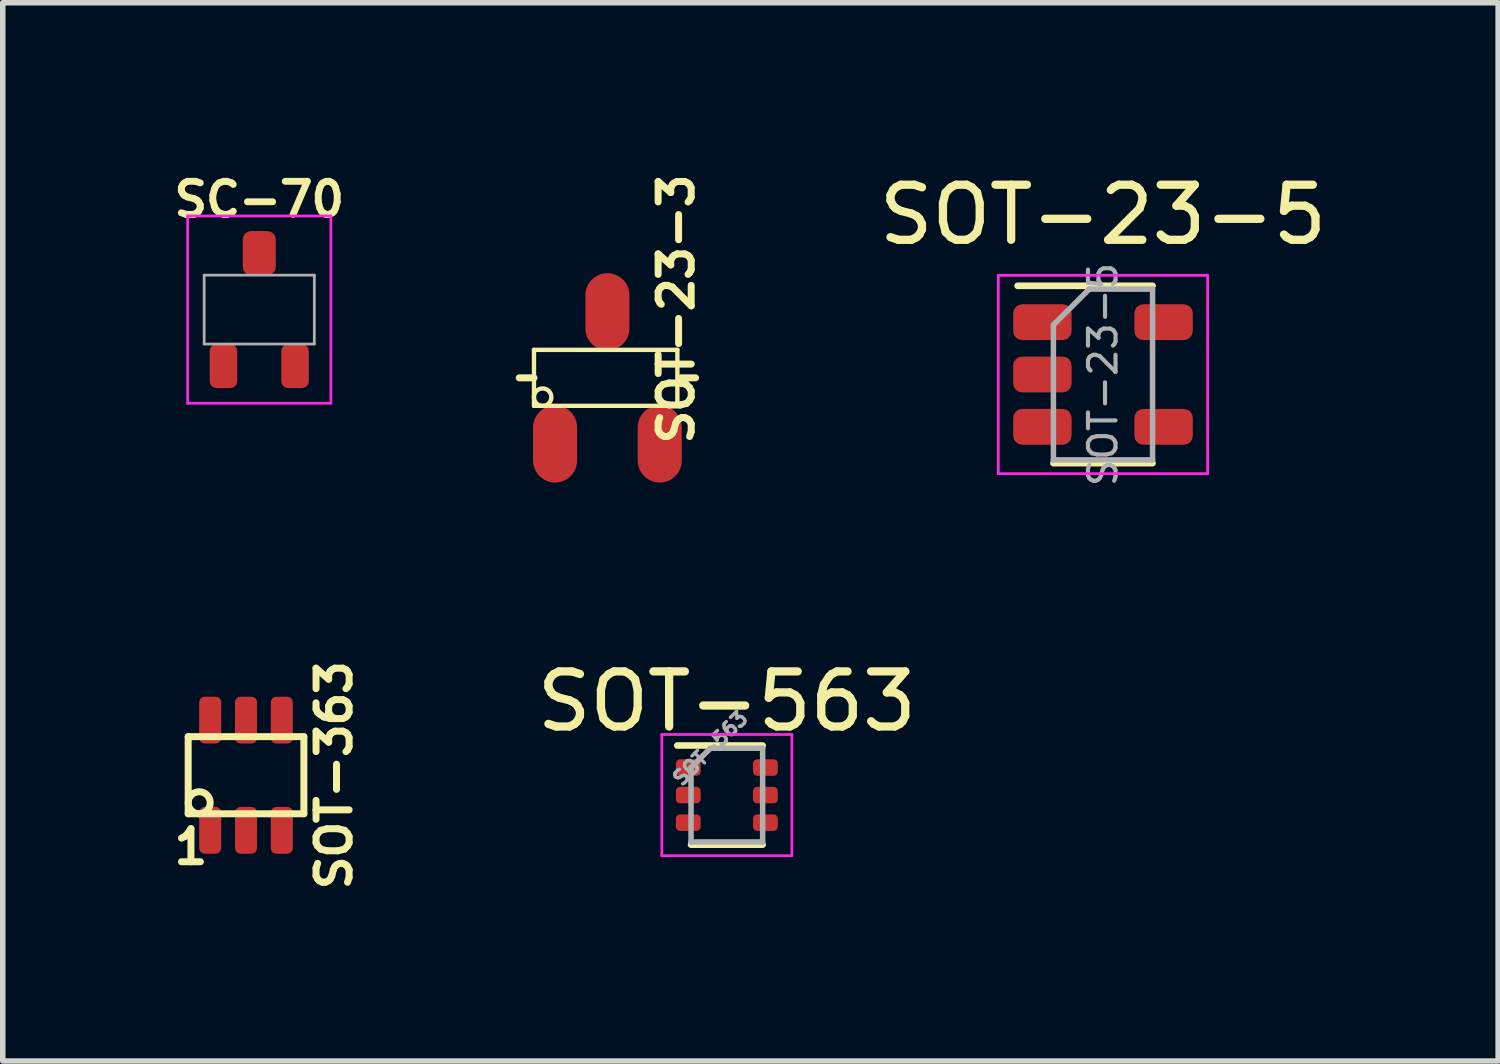
<source format=kicad_pcb>
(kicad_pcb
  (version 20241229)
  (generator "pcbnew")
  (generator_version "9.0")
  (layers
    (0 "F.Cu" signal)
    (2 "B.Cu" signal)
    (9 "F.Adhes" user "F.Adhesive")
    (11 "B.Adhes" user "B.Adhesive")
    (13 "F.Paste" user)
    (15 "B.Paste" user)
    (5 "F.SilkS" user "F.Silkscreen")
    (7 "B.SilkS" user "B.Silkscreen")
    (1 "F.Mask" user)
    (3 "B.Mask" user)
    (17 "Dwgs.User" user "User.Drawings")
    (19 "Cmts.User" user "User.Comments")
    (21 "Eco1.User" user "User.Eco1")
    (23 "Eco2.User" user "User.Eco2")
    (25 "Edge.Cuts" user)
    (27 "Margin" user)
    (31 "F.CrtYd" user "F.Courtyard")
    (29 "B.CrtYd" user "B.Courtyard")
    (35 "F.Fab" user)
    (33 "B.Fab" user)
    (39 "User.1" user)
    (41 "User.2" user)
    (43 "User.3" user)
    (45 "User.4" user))
  (footprint "SOT-23-5"
    (layer "F.Cu")
    (at 16.972 3.748)
    (property "Reference" "SOT-23-5" (at 0 -2.9 0) (layer "F.SilkS") (effects (font (size 1 1) (thickness 0.15))))
    (attr smd)
    (fp_line (start -0.9 1.61) (end 0.9 1.61) (stroke (width 0.12) (type solid)) (layer "F.SilkS"))
    (fp_line (start 0.9 -1.61) (end -1.55 -1.61) (stroke (width 0.12) (type solid)) (layer "F.SilkS"))
    (fp_line (start -1.9 -1.8) (end 1.9 -1.8) (stroke (width 0.05) (type solid)) (layer "F.CrtYd"))
    (fp_line (start -1.9 1.8) (end -1.9 -1.8) (stroke (width 0.05) (type solid)) (layer "F.CrtYd"))
    (fp_line (start 1.9 -1.8) (end 1.9 1.8) (stroke (width 0.05) (type solid)) (layer "F.CrtYd"))
    (fp_line (start 1.9 1.8) (end -1.9 1.8) (stroke (width 0.05) (type solid)) (layer "F.CrtYd"))
    (fp_line (start -0.9 -0.9) (end -0.9 1.55) (stroke (width 0.1) (type solid)) (layer "F.Fab"))
    (fp_line (start -0.9 -0.9) (end -0.25 -1.55) (stroke (width 0.1) (type solid)) (layer "F.Fab"))
    (fp_line (start 0.9 -1.55) (end -0.25 -1.55) (stroke (width 0.1) (type solid)) (layer "F.Fab"))
    (fp_line (start 0.9 -1.55) (end 0.9 1.55) (stroke (width 0.1) (type solid)) (layer "F.Fab"))
    (fp_line (start 0.9 1.55) (end -0.9 1.55) (stroke (width 0.1) (type solid)) (layer "F.Fab"))
    (fp_text user "${REFERENCE}" (at 0 0 90) (layer "F.Fab") (effects (font (size 0.5 0.5) (thickness 0.075))))
    (pad "1" smd roundrect (at -1.1 -0.95) (size 1.06 0.65) (layers "F.Cu" "F.Mask" "F.Paste") (roundrect_rratio 0.25))
    (pad "2" smd roundrect (at -1.1 0) (size 1.06 0.65) (layers "F.Cu" "F.Mask" "F.Paste") (roundrect_rratio 0.25))
    (pad "3" smd roundrect (at -1.1 0.95) (size 1.06 0.65) (layers "F.Cu" "F.Mask" "F.Paste") (roundrect_rratio 0.25))
    (pad "4" smd roundrect (at 1.1 0.95) (size 1.06 0.65) (layers "F.Cu" "F.Mask" "F.Paste") (roundrect_rratio 0.25))
    (pad "5" smd roundrect (at 1.1 -0.95) (size 1.06 0.65) (layers "F.Cu" "F.Mask" "F.Paste") (roundrect_rratio 0.25)))
  (footprint "SOT-23-3"
    (layer "F.Cu")
    (at 7.976 3.809)
    (property "Reference" "SOT-23-3" (at 1.25 -1.25 90) (layer "F.SilkS") (effects (font (size 0.6 0.6) (thickness 0.127))))
    (attr smd)
    (fp_line (start -1.333 -0.508) (end -1.333 0.508) (stroke (width 0.079) (type solid)) (layer "F.SilkS"))
    (fp_line (start -1.333 -0.508) (end 1.27 -0.508) (stroke (width 0.079) (type solid)) (layer "F.SilkS"))
    (fp_line (start -1.333 0) (end -1.6 0) (stroke (width 0.127) (type solid)) (layer "F.SilkS"))
    (fp_line (start 1.27 -0.508) (end 1.27 0.508) (stroke (width 0.079) (type solid)) (layer "F.SilkS"))
    (fp_line (start 1.27 0.508) (end -1.333 0.508) (stroke (width 0.079) (type solid)) (layer "F.SilkS"))
    (fp_line (start 1.333 0) (end 1.6 0) (stroke (width 0.127) (type solid)) (layer "F.SilkS"))
    (fp_circle (center -1.176 0.351) (end -1.3 0.45) (stroke (width 0.079) (type solid)) (fill no) (layer "F.SilkS"))
    (pad "1" smd oval (at -0.95 1.2) (size 0.8 1.4) (layers "F.Cu" "F.Mask" "F.Paste"))
    (pad "2" smd oval (at 0.95 1.2) (size 0.8 1.4) (layers "F.Cu" "F.Mask" "F.Paste"))
    (pad "3" smd oval (at 0 -1.2) (size 0.8 1.4) (layers "F.Cu" "F.Mask" "F.Paste")))
  (footprint "SOT-563"
    (layer "F.Cu")
    (at 10.144 11.383)
    (property "Reference" "SOT-563" (at 0 -1.7 0) (layer "F.SilkS") (effects (font (size 1 1) (thickness 0.15))))
    (attr smd)
    (fp_line (start -0.9 -0.9) (end 0.65 -0.9) (stroke (width 0.12) (type solid)) (layer "F.SilkS"))
    (fp_line (start 0.65 0.9) (end -0.65 0.9) (stroke (width 0.12) (type solid)) (layer "F.SilkS"))
    (fp_line (start -1.18 -1.1) (end -1.18 1.1) (stroke (width 0.05) (type solid)) (layer "F.CrtYd"))
    (fp_line (start -1.18 -1.1) (end 1.18 -1.1) (stroke (width 0.05) (type solid)) (layer "F.CrtYd"))
    (fp_line (start 1.18 1.1) (end -1.18 1.1) (stroke (width 0.05) (type solid)) (layer "F.CrtYd"))
    (fp_line (start 1.18 1.1) (end 1.18 -1.1) (stroke (width 0.05) (type solid)) (layer "F.CrtYd"))
    (fp_line (start -0.65 -0.5) (end -0.65 0.85) (stroke (width 0.1) (type solid)) (layer "F.Fab"))
    (fp_line (start -0.65 -0.5) (end -0.3 -0.85) (stroke (width 0.1) (type solid)) (layer "F.Fab"))
    (fp_line (start -0.65 0.85) (end 0.65 0.85) (stroke (width 0.1) (type solid)) (layer "F.Fab"))
    (fp_line (start 0.65 -0.85) (end -0.3 -0.85) (stroke (width 0.1) (type solid)) (layer "F.Fab"))
    (fp_line (start 0.65 0.85) (end 0.65 -0.85) (stroke (width 0.1) (type solid)) (layer "F.Fab"))
    (fp_text user "${REFERENCE}" (at -0.3 -0.85 45) (layer "F.Fab") (effects (font (size 0.25 0.25) (thickness 0.062))))
    (pad "1" smd roundrect (at -0.7 -0.5) (size 0.45 0.3) (layers "F.Cu" "F.Mask" "F.Paste") (roundrect_rratio 0.25))
    (pad "2" smd roundrect (at -0.7 0) (size 0.45 0.3) (layers "F.Cu" "F.Mask" "F.Paste") (roundrect_rratio 0.25))
    (pad "3" smd roundrect (at -0.7 0.5) (size 0.45 0.3) (layers "F.Cu" "F.Mask" "F.Paste") (roundrect_rratio 0.25))
    (pad "4" smd roundrect (at 0.7 0.5) (size 0.45 0.3) (layers "F.Cu" "F.Mask" "F.Paste") (roundrect_rratio 0.25))
    (pad "5" smd roundrect (at 0.7 0) (size 0.45 0.3) (layers "F.Cu" "F.Mask" "F.Paste") (roundrect_rratio 0.25))
    (pad "6" smd roundrect (at 0.7 -0.5) (size 0.45 0.3) (layers "F.Cu" "F.Mask" "F.Paste") (roundrect_rratio 0.25)))
  (footprint "SC-70"
    (layer "F.Cu")
    (at 1.656 2.57)
    (property "Reference" "SC-70" (at 0 -2 0) (layer "F.SilkS") (effects (font (size 0.6 0.6) (thickness 0.125))))
    (attr smd)
    (fp_line (start -1.3 -1.7) (end 1.3 -1.7) (stroke (width 0.05) (type solid)) (layer "F.CrtYd"))
    (fp_line (start -1.3 1.7) (end -1.3 -1.7) (stroke (width 0.05) (type solid)) (layer "F.CrtYd"))
    (fp_line (start 1.3 -1.7) (end 1.3 1.7) (stroke (width 0.05) (type solid)) (layer "F.CrtYd"))
    (fp_line (start 1.3 1.7) (end -1.3 1.7) (stroke (width 0.05) (type solid)) (layer "F.CrtYd"))
    (fp_line (start -1 -0.625) (end -1 0.625) (stroke (width 0.05) (type solid)) (layer "F.Fab"))
    (fp_line (start -1 0.625) (end 1 0.625) (stroke (width 0.05) (type solid)) (layer "F.Fab"))
    (fp_line (start 1 -0.625) (end -1 -0.625) (stroke (width 0.05) (type solid)) (layer "F.Fab"))
    (fp_line (start 1 0.625) (end 1 -0.625) (stroke (width 0.05) (type solid)) (layer "F.Fab"))
    (pad "1" smd roundrect (at -0.65 1.025) (size 0.5 0.8) (layers "F.Cu" "F.Mask" "F.Paste") (roundrect_rratio 0.25))
    (pad "2" smd roundrect (at 0.65 1.025) (size 0.5 0.8) (layers "F.Cu" "F.Mask" "F.Paste") (roundrect_rratio 0.25))
    (pad "3" smd roundrect (at 0 -1.025) (size 0.6 0.8) (layers "F.Cu" "F.Mask" "F.Paste") (roundrect_rratio 0.25)))
  (footprint "SOT-363"
    (layer "F.Cu")
    (at 1.416 11.022)
    (property "Reference" "SOT-363" (at 1.6 0 90) (layer "F.SilkS") (effects (font (size 0.6 0.6) (thickness 0.127))))
    (attr smd)
    (fp_line (start -1.05 -0.7) (end -1.05 0.7) (stroke (width 0.127) (type solid)) (layer "F.SilkS"))
    (fp_line (start -1.05 -0.7) (end 1.05 -0.7) (stroke (width 0.127) (type solid)) (layer "F.SilkS"))
    (fp_line (start 1.05 -0.7) (end 1.05 0.7) (stroke (width 0.127) (type solid)) (layer "F.SilkS"))
    (fp_line (start 1.05 0.7) (end -1.05 0.7) (stroke (width 0.127) (type solid)) (layer "F.SilkS"))
    (fp_circle (center -0.85 0.5) (end -0.85 0.7) (stroke (width 0.127) (type solid)) (fill no) (layer "F.SilkS"))
    (fp_text user "1" (at -1 1.3 0) (layer "F.SilkS") (effects (font (size 0.6 0.6) (thickness 0.127))))
    (pad "1" smd roundrect (at -0.65 1) (size 0.4 0.85) (layers "F.Cu" "F.Mask" "F.Paste") (roundrect_rratio 0.25))
    (pad "2" smd roundrect (at 0 1) (size 0.4 0.85) (layers "F.Cu" "F.Mask" "F.Paste") (roundrect_rratio 0.25))
    (pad "3" smd roundrect (at 0.65 1) (size 0.4 0.85) (layers "F.Cu" "F.Mask" "F.Paste") (roundrect_rratio 0.25))
    (pad "4" smd roundrect (at 0.65 -1) (size 0.4 0.85) (layers "F.Cu" "F.Mask" "F.Paste") (roundrect_rratio 0.25))
    (pad "5" smd roundrect (at 0 -1) (size 0.4 0.85) (layers "F.Cu" "F.Mask" "F.Paste") (roundrect_rratio 0.25))
    (pad "6" smd roundrect (at -0.65 -1) (size 0.4 0.85) (layers "F.Cu" "F.Mask" "F.Paste") (roundrect_rratio 0.25)))
  (gr_rect
    (start -3 -3)
    (end 24.145 16.21)
    (stroke (width 0.1) (type default))
    (fill no)
    (layer "Edge.Cuts")))
</source>
